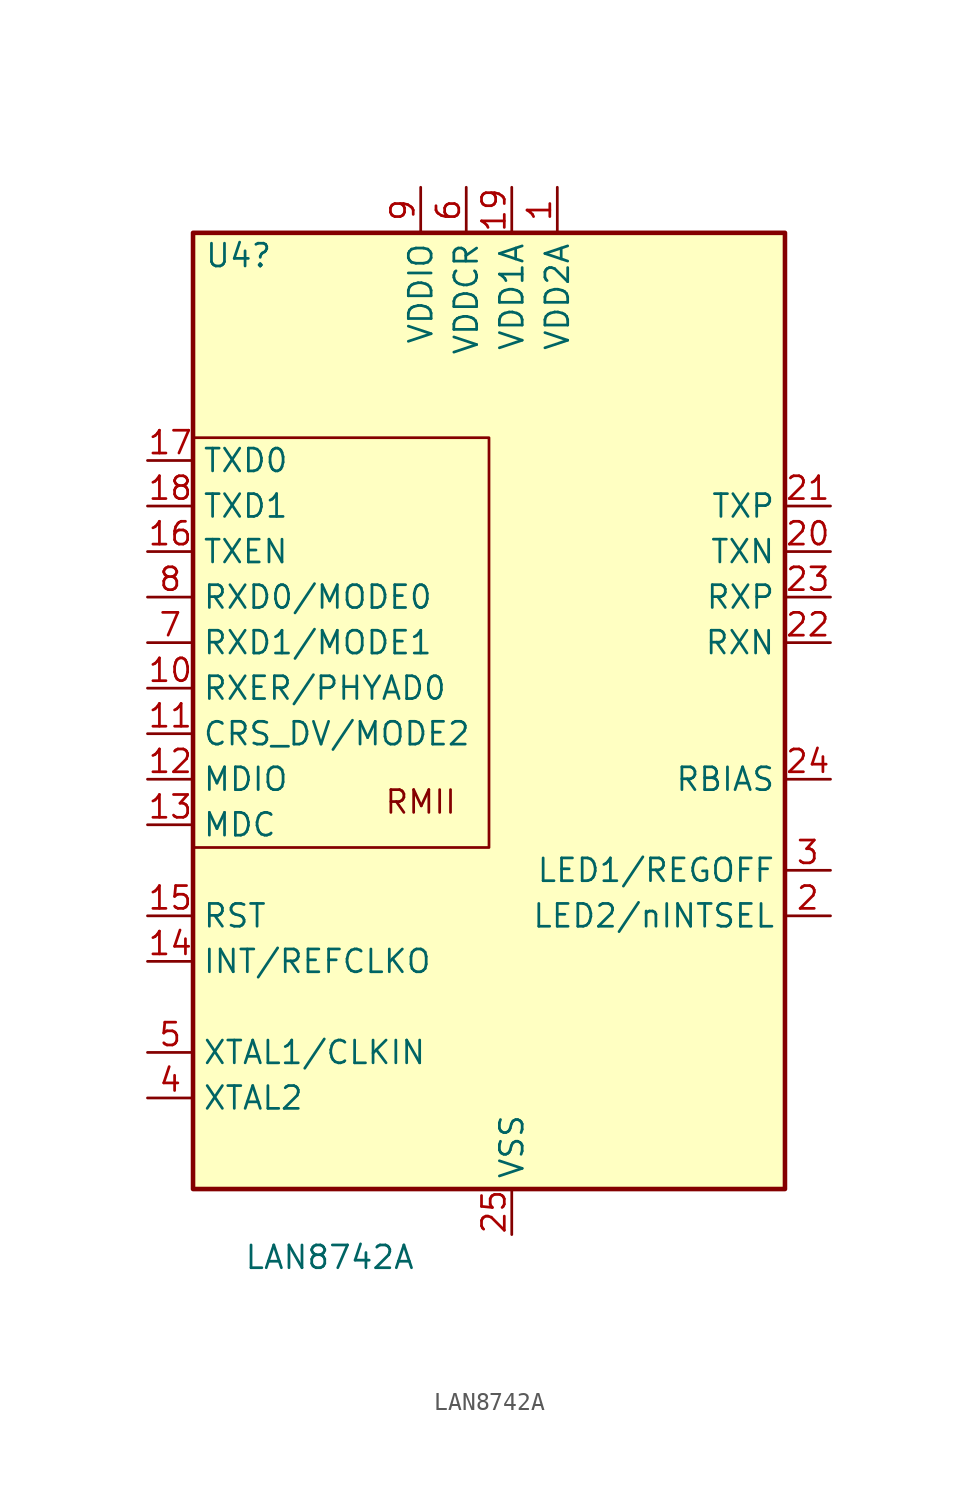
<source format=kicad_sym>
(kicad_symbol_lib
  (version 20211014)
  (generator kicad_symbol_editor)
  (symbol "LAN8742A"
    (property "Reference" "U4"
      (at -15.24 26.67 0)
      (effects (font (size 1.27 1.27))))
    (property "Value" "LAN8742A"
      (at -10.16 -29.21 0)
      (effects (font (size 1.27 1.27))))
    (symbol "LAN8742A_0_0"
      (text "RMII" (at -5.08 -3.81 0) (effects (font (size 1.27 1.27)))))
    (symbol "LAN8742A_0_1"
      (rectangle (start -17.78 27.94) (end 15.24 -25.4) (stroke (width 0.254) (type default) (color 0 0 0 0)) (fill (type background)))
      (polyline (pts (xy -17.78 -6.35) (xy -1.27 -6.35) (xy -1.27 16.51) (xy -17.78 16.51)) (stroke (width 0) (type default) (color 0 0 0 0)) (fill (type none))))
    (symbol "LAN8742A_1_1"
      (pin power_in line (at 2.54 30.48 270) (length 2.54) (name "VDD2A" (effects (font (size 1.27 1.27)))) (number "1" (effects (font (size 1.27 1.27)))))
      (pin output line (at -20.32 2.54 0) (length 2.54) (name "RXER/PHYAD0" (effects (font (size 1.27 1.27)))) (number "10" (effects (font (size 1.27 1.27)))))
      (pin output line (at -20.32 0 0) (length 2.54) (name "CRS_DV/MODE2" (effects (font (size 1.27 1.27)))) (number "11" (effects (font (size 1.27 1.27)))))
      (pin bidirectional line (at -20.32 -2.54 0) (length 2.54) (name "MDIO" (effects (font (size 1.27 1.27)))) (number "12" (effects (font (size 1.27 1.27)))))
      (pin input line (at -20.32 -5.08 0) (length 2.54) (name "MDC" (effects (font (size 1.27 1.27)))) (number "13" (effects (font (size 1.27 1.27)))))
      (pin output line (at -20.32 -12.7 0) (length 2.54) (name "INT/REFCLKO" (effects (font (size 1.27 1.27)))) (number "14" (effects (font (size 1.27 1.27)))))
      (pin input line (at -20.32 -10.16 0) (length 2.54) (name "RST" (effects (font (size 1.27 1.27)))) (number "15" (effects (font (size 1.27 1.27)))))
      (pin input line (at -20.32 10.16 0) (length 2.54) (name "TXEN" (effects (font (size 1.27 1.27)))) (number "16" (effects (font (size 1.27 1.27)))))
      (pin input line (at -20.32 15.24 0) (length 2.54) (name "TXD0" (effects (font (size 1.27 1.27)))) (number "17" (effects (font (size 1.27 1.27)))))
      (pin input line (at -20.32 12.7 0) (length 2.54) (name "TXD1" (effects (font (size 1.27 1.27)))) (number "18" (effects (font (size 1.27 1.27)))))
      (pin power_in line (at 0 30.48 270) (length 2.54) (name "VDD1A" (effects (font (size 1.27 1.27)))) (number "19" (effects (font (size 1.27 1.27)))))
      (pin bidirectional line (at 17.78 -10.16 180) (length 2.54) (name "LED2/nINTSEL" (effects (font (size 1.27 1.27)))) (number "2" (effects (font (size 1.27 1.27)))))
      (pin output line (at 17.78 10.16 180) (length 2.54) (name "TXN" (effects (font (size 1.27 1.27)))) (number "20" (effects (font (size 1.27 1.27)))))
      (pin output line (at 17.78 12.7 180) (length 2.54) (name "TXP" (effects (font (size 1.27 1.27)))) (number "21" (effects (font (size 1.27 1.27)))))
      (pin output line (at 17.78 5.08 180) (length 2.54) (name "RXN" (effects (font (size 1.27 1.27)))) (number "22" (effects (font (size 1.27 1.27)))))
      (pin output line (at 17.78 7.62 180) (length 2.54) (name "RXP" (effects (font (size 1.27 1.27)))) (number "23" (effects (font (size 1.27 1.27)))))
      (pin input line (at 17.78 -2.54 180) (length 2.54) (name "RBIAS" (effects (font (size 1.27 1.27)))) (number "24" (effects (font (size 1.27 1.27)))))
      (pin power_in line (at 0 -27.94 90) (length 2.54) (name "VSS" (effects (font (size 1.27 1.27)))) (number "25" (effects (font (size 1.27 1.27)))))
      (pin bidirectional line (at 17.78 -7.62 180) (length 2.54) (name "LED1/REGOFF" (effects (font (size 1.27 1.27)))) (number "3" (effects (font (size 1.27 1.27)))))
      (pin passive line (at -20.32 -20.32 0) (length 2.54) (name "XTAL2" (effects (font (size 1.27 1.27)))) (number "4" (effects (font (size 1.27 1.27)))))
      (pin passive line (at -20.32 -17.78 0) (length 2.54) (name "XTAL1/CLKIN" (effects (font (size 1.27 1.27)))) (number "5" (effects (font (size 1.27 1.27)))))
      (pin power_in line (at -2.54 30.48 270) (length 2.54) (name "VDDCR" (effects (font (size 1.27 1.27)))) (number "6" (effects (font (size 1.27 1.27)))))
      (pin output line (at -20.32 5.08 0) (length 2.54) (name "RXD1/MODE1" (effects (font (size 1.27 1.27)))) (number "7" (effects (font (size 1.27 1.27)))))
      (pin output line (at -20.32 7.62 0) (length 2.54) (name "RXD0/MODE0" (effects (font (size 1.27 1.27)))) (number "8" (effects (font (size 1.27 1.27)))))
      (pin power_in line (at -5.08 30.48 270) (length 2.54) (name "VDDIO" (effects (font (size 1.27 1.27)))) (number "9" (effects (font (size 1.27 1.27))))))))
</source>
